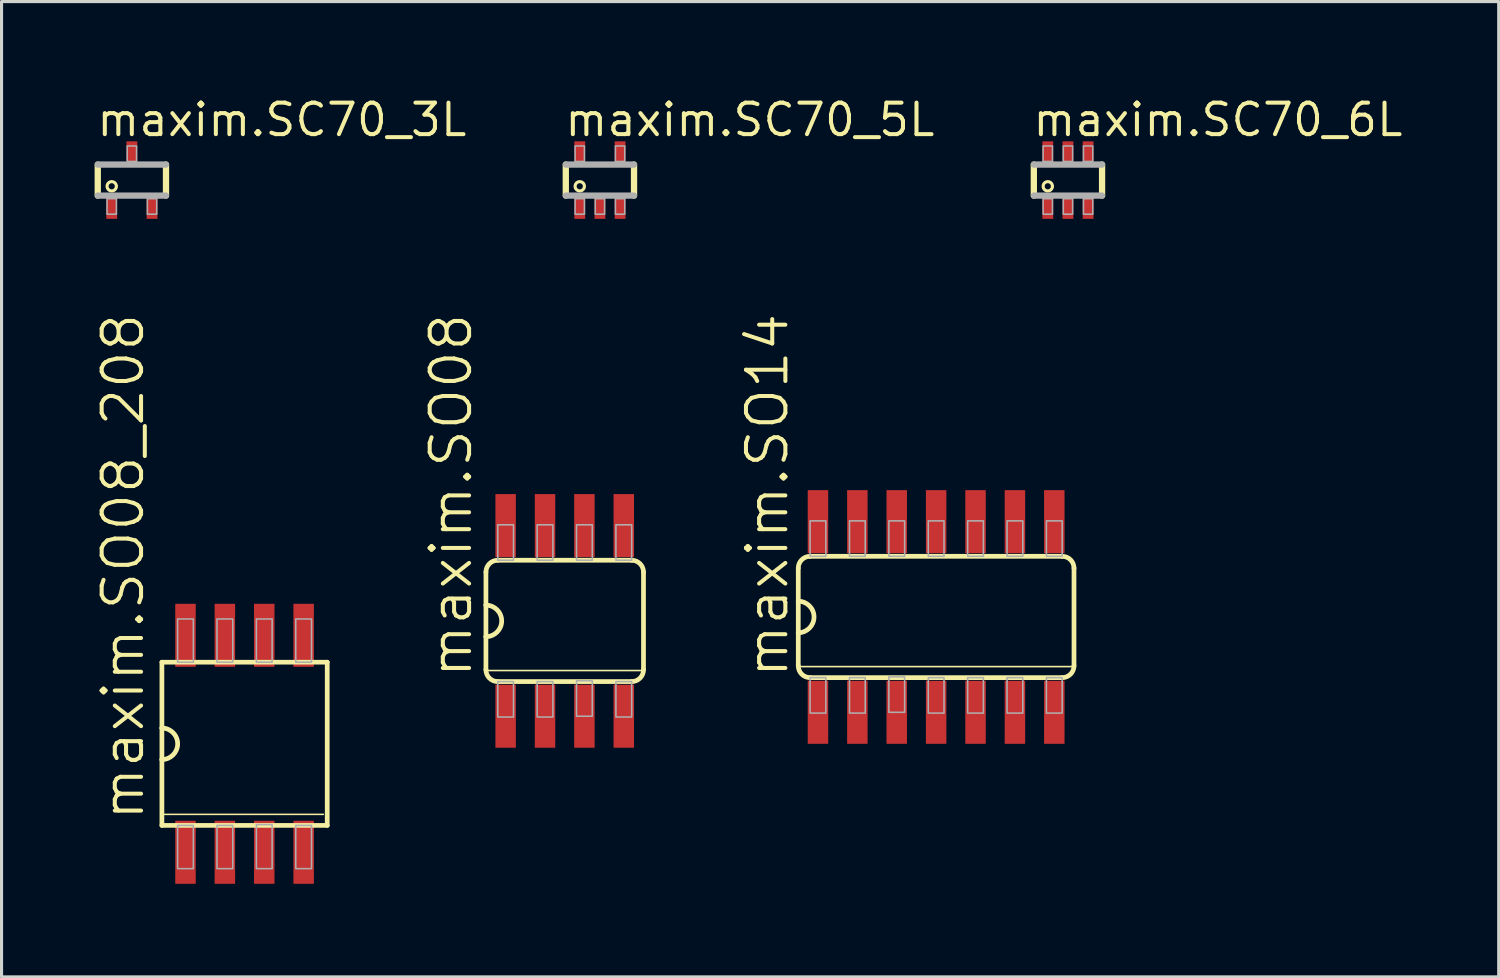
<source format=kicad_pcb>
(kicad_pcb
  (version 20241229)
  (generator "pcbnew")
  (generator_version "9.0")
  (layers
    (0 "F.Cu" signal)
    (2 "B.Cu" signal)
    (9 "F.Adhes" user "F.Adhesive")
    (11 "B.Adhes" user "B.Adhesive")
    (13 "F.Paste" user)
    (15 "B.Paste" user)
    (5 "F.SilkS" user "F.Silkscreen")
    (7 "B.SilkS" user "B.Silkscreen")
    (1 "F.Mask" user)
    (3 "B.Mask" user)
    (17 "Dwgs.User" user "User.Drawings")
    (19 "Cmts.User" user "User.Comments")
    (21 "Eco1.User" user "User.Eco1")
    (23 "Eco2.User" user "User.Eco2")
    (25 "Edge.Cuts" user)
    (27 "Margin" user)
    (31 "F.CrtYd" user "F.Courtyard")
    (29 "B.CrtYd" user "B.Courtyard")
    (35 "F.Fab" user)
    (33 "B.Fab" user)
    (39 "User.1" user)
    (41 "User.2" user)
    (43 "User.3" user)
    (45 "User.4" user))
  (footprint "maxim.SC70_5L"
    (layer "F.Cu")
    (at 16.292 2.756)
    (property "Reference" "maxim.SC70_5L" (at -1.2 -1.35 0) (layer "F.SilkS") (effects (font (size 1.016 1.016) (thickness 0.13)) (justify left bottom)))
    (attr smd)
    (fp_line (start -1.1 0.5) (end -1.1 -0.5) (stroke (width 0.203) (type default)) (layer "F.SilkS"))
    (fp_line (start 1.1 -0.5) (end 1.1 0.5) (stroke (width 0.203) (type default)) (layer "F.SilkS"))
    (fp_circle (center -0.65 0.2) (end -0.5 0.2) (stroke (width 0.1) (type default)) (fill no) (layer "F.SilkS"))
    (fp_line (start -1.1 -0.5) (end 1.1 -0.5) (stroke (width 0.203) (type default)) (layer "F.Fab"))
    (fp_line (start 1.1 0.5) (end -1.1 0.5) (stroke (width 0.203) (type default)) (layer "F.Fab"))
    (fp_rect (start -0.8 -0.6) (end -0.5 -1.1) (stroke (width 0.05) (type default)) (fill no) (layer "F.Fab"))
    (fp_rect (start -0.8 1.1) (end -0.5 0.6) (stroke (width 0.05) (type default)) (fill no) (layer "F.Fab"))
    (fp_rect (start -0.15 1.1) (end 0.15 0.6) (stroke (width 0.05) (type default)) (fill no) (layer "F.Fab"))
    (fp_rect (start 0.5 -0.6) (end 0.8 -1.1) (stroke (width 0.05) (type default)) (fill no) (layer "F.Fab"))
    (fp_rect (start 0.5 1.1) (end 0.8 0.6) (stroke (width 0.05) (type default)) (fill no) (layer "F.Fab"))
    (pad "1" smd roundrect (at -0.65 0.85) (size 0.35 0.8) (layers "F.Cu" "F.Mask" "F.Paste") (roundrect_rratio 0.01))
    (pad "2" smd roundrect (at 0 0.85) (size 0.35 0.8) (layers "F.Cu" "F.Mask" "F.Paste") (roundrect_rratio 0.01))
    (pad "3" smd roundrect (at 0.65 0.85) (size 0.35 0.8) (layers "F.Cu" "F.Mask" "F.Paste") (roundrect_rratio 0.01))
    (pad "4" smd roundrect (at 0.65 -0.85) (size 0.35 0.8) (layers "F.Cu" "F.Mask" "F.Paste") (roundrect_rratio 0.01))
    (pad "5" smd roundrect (at -0.65 -0.85) (size 0.35 0.8) (layers "F.Cu" "F.Mask" "F.Paste") (roundrect_rratio 0.01)))
  (footprint "maxim.SO14"
    (layer "F.Cu")
    (at 27.132 16.842)
    (property "Reference" "maxim.SO14" (at -4.699 2.032 90) (layer "F.SilkS") (effects (font (size 1.27 1.27) (thickness 0.13)) (justify left bottom)))
    (attr smd)
    (fp_line (start -4.445 -1.575) (end -4.445 -0.508) (stroke (width 0.152) (type default)) (layer "F.SilkS"))
    (fp_line (start -4.445 -0.508) (end -4.445 0.508) (stroke (width 0.152) (type default)) (layer "F.SilkS"))
    (fp_line (start -4.445 0.508) (end -4.445 1.575) (stroke (width 0.152) (type default)) (layer "F.SilkS"))
    (fp_line (start -4.445 1.6) (end 4.445 1.6) (stroke (width 0.051) (type default)) (layer "F.SilkS"))
    (fp_line (start -4.064 1.956) (end 4.064 1.956) (stroke (width 0.152) (type default)) (layer "F.SilkS"))
    (fp_line (start 4.064 -1.956) (end -4.064 -1.956) (stroke (width 0.152) (type default)) (layer "F.SilkS"))
    (fp_line (start 4.445 1.575) (end 4.445 -1.575) (stroke (width 0.152) (type default)) (layer "F.SilkS"))
    (fp_arc (start -4.445 -1.5748) (mid -4.333408 -1.844208) (end -4.064 -1.9558) (stroke (width 0.1524) (type default)) (layer "F.SilkS"))
    (fp_arc (start -4.445 -0.508) (mid -3.937 0) (end -4.445 0.508) (stroke (width 0.1524) (type default)) (layer "F.SilkS"))
    (fp_arc (start -4.064 1.9558) (mid -4.333408 1.844208) (end -4.445 1.5748) (stroke (width 0.1524) (type default)) (layer "F.SilkS"))
    (fp_arc (start 4.064 -1.9558) (mid 4.333408 -1.844208) (end 4.445 -1.5748) (stroke (width 0.1524) (type default)) (layer "F.SilkS"))
    (fp_arc (start 4.445 1.5748) (mid 4.333408 1.844208) (end 4.064 1.9558) (stroke (width 0.1524) (type default)) (layer "F.SilkS"))
    (fp_rect (start -4.064 -1.956) (end -3.556 -3.099) (stroke (width 0.05) (type default)) (fill no) (layer "F.Fab"))
    (fp_rect (start -4.064 3.099) (end -3.556 1.956) (stroke (width 0.05) (type default)) (fill no) (layer "F.Fab"))
    (fp_rect (start -2.794 -1.956) (end -2.286 -3.099) (stroke (width 0.05) (type default)) (fill no) (layer "F.Fab"))
    (fp_rect (start -2.794 3.099) (end -2.286 1.956) (stroke (width 0.05) (type default)) (fill no) (layer "F.Fab"))
    (fp_rect (start -1.524 -1.956) (end -1.016 -3.099) (stroke (width 0.05) (type default)) (fill no) (layer "F.Fab"))
    (fp_rect (start -1.524 3.073) (end -1.016 1.93) (stroke (width 0.05) (type default)) (fill no) (layer "F.Fab"))
    (fp_rect (start -0.254 -1.956) (end 0.254 -3.099) (stroke (width 0.05) (type default)) (fill no) (layer "F.Fab"))
    (fp_rect (start -0.254 3.099) (end 0.254 1.956) (stroke (width 0.05) (type default)) (fill no) (layer "F.Fab"))
    (fp_rect (start 1.016 -1.956) (end 1.524 -3.099) (stroke (width 0.05) (type default)) (fill no) (layer "F.Fab"))
    (fp_rect (start 1.016 3.099) (end 1.524 1.956) (stroke (width 0.05) (type default)) (fill no) (layer "F.Fab"))
    (fp_rect (start 2.286 -1.956) (end 2.794 -3.099) (stroke (width 0.05) (type default)) (fill no) (layer "F.Fab"))
    (fp_rect (start 2.286 3.099) (end 2.794 1.956) (stroke (width 0.05) (type default)) (fill no) (layer "F.Fab"))
    (fp_rect (start 3.556 -1.956) (end 4.064 -3.099) (stroke (width 0.05) (type default)) (fill no) (layer "F.Fab"))
    (fp_rect (start 3.556 3.099) (end 4.064 1.956) (stroke (width 0.05) (type default)) (fill no) (layer "F.Fab"))
    (pad "1" smd roundrect (at -3.81 3.073) (size 0.66 2.032) (layers "F.Cu" "F.Mask" "F.Paste") (roundrect_rratio 0.01))
    (pad "2" smd roundrect (at -2.54 3.073) (size 0.66 2.032) (layers "F.Cu" "F.Mask" "F.Paste") (roundrect_rratio 0.01))
    (pad "3" smd roundrect (at -1.27 3.073) (size 0.66 2.032) (layers "F.Cu" "F.Mask" "F.Paste") (roundrect_rratio 0.01))
    (pad "4" smd roundrect (at 0 3.073) (size 0.66 2.032) (layers "F.Cu" "F.Mask" "F.Paste") (roundrect_rratio 0.01))
    (pad "5" smd roundrect (at 1.27 3.073) (size 0.66 2.032) (layers "F.Cu" "F.Mask" "F.Paste") (roundrect_rratio 0.01))
    (pad "6" smd roundrect (at 2.54 3.073) (size 0.66 2.032) (layers "F.Cu" "F.Mask" "F.Paste") (roundrect_rratio 0.01))
    (pad "7" smd roundrect (at 3.81 3.073) (size 0.66 2.032) (layers "F.Cu" "F.Mask" "F.Paste") (roundrect_rratio 0.01))
    (pad "8" smd roundrect (at 3.81 -3.073) (size 0.66 2.032) (layers "F.Cu" "F.Mask" "F.Paste") (roundrect_rratio 0.01))
    (pad "9" smd roundrect (at 2.54 -3.073) (size 0.66 2.032) (layers "F.Cu" "F.Mask" "F.Paste") (roundrect_rratio 0.01))
    (pad "10" smd roundrect (at 1.27 -3.073) (size 0.66 2.032) (layers "F.Cu" "F.Mask" "F.Paste") (roundrect_rratio 0.01))
    (pad "11" smd roundrect (at 0 -3.073) (size 0.66 2.032) (layers "F.Cu" "F.Mask" "F.Paste") (roundrect_rratio 0.01))
    (pad "12" smd roundrect (at -1.27 -3.073) (size 0.66 2.032) (layers "F.Cu" "F.Mask" "F.Paste") (roundrect_rratio 0.01))
    (pad "13" smd roundrect (at -2.54 -3.073) (size 0.66 2.032) (layers "F.Cu" "F.Mask" "F.Paste") (roundrect_rratio 0.01))
    (pad "14" smd roundrect (at -3.81 -3.073) (size 0.66 2.032) (layers "F.Cu" "F.Mask" "F.Paste") (roundrect_rratio 0.01)))
  (footprint "maxim.SC70_6L"
    (layer "F.Cu")
    (at 31.382 2.756)
    (property "Reference" "maxim.SC70_6L" (at -1.2 -1.35 0) (layer "F.SilkS") (effects (font (size 1.016 1.016) (thickness 0.13)) (justify left bottom)))
    (attr smd)
    (fp_line (start -1.1 0.5) (end -1.1 -0.5) (stroke (width 0.203) (type default)) (layer "F.SilkS"))
    (fp_line (start 1.1 -0.5) (end 1.1 0.5) (stroke (width 0.203) (type default)) (layer "F.SilkS"))
    (fp_circle (center -0.65 0.2) (end -0.5 0.2) (stroke (width 0.1) (type default)) (fill no) (layer "F.SilkS"))
    (fp_line (start -1.1 -0.5) (end 1.1 -0.5) (stroke (width 0.203) (type default)) (layer "F.Fab"))
    (fp_line (start 1.1 0.5) (end -1.1 0.5) (stroke (width 0.203) (type default)) (layer "F.Fab"))
    (fp_rect (start -0.8 -0.6) (end -0.5 -1.1) (stroke (width 0.05) (type default)) (fill no) (layer "F.Fab"))
    (fp_rect (start -0.8 1.1) (end -0.5 0.6) (stroke (width 0.05) (type default)) (fill no) (layer "F.Fab"))
    (fp_rect (start -0.15 -0.6) (end 0.15 -1.1) (stroke (width 0.05) (type default)) (fill no) (layer "F.Fab"))
    (fp_rect (start -0.15 1.1) (end 0.15 0.6) (stroke (width 0.05) (type default)) (fill no) (layer "F.Fab"))
    (fp_rect (start 0.5 -0.6) (end 0.8 -1.1) (stroke (width 0.05) (type default)) (fill no) (layer "F.Fab"))
    (fp_rect (start 0.5 1.1) (end 0.8 0.6) (stroke (width 0.05) (type default)) (fill no) (layer "F.Fab"))
    (pad "1" smd roundrect (at -0.65 0.85) (size 0.35 0.8) (layers "F.Cu" "F.Mask" "F.Paste") (roundrect_rratio 0.01))
    (pad "2" smd roundrect (at 0 0.85) (size 0.35 0.8) (layers "F.Cu" "F.Mask" "F.Paste") (roundrect_rratio 0.01))
    (pad "3" smd roundrect (at 0.65 0.85) (size 0.35 0.8) (layers "F.Cu" "F.Mask" "F.Paste") (roundrect_rratio 0.01))
    (pad "4" smd roundrect (at 0.65 -0.85) (size 0.35 0.8) (layers "F.Cu" "F.Mask" "F.Paste") (roundrect_rratio 0.01))
    (pad "5" smd roundrect (at 0 -0.85) (size 0.35 0.8) (layers "F.Cu" "F.Mask" "F.Paste") (roundrect_rratio 0.01))
    (pad "6" smd roundrect (at -0.65 -0.85) (size 0.35 0.8) (layers "F.Cu" "F.Mask" "F.Paste") (roundrect_rratio 0.01)))
  (footprint "maxim.SC70_3L"
    (layer "F.Cu")
    (at 1.202 2.756)
    (property "Reference" "maxim.SC70_3L" (at -1.2 -1.35 0) (layer "F.SilkS") (effects (font (size 1.016 1.016) (thickness 0.13)) (justify left bottom)))
    (attr smd)
    (fp_line (start -1.1 0.5) (end -1.1 -0.5) (stroke (width 0.203) (type default)) (layer "F.SilkS"))
    (fp_line (start 1.1 -0.5) (end 1.1 0.5) (stroke (width 0.203) (type default)) (layer "F.SilkS"))
    (fp_circle (center -0.65 0.2) (end -0.5 0.2) (stroke (width 0.1) (type default)) (fill no) (layer "F.SilkS"))
    (fp_line (start -1.1 -0.5) (end 1.1 -0.5) (stroke (width 0.203) (type default)) (layer "F.Fab"))
    (fp_line (start 1.1 0.5) (end -1.1 0.5) (stroke (width 0.203) (type default)) (layer "F.Fab"))
    (fp_rect (start -0.8 1.1) (end -0.5 0.6) (stroke (width 0.05) (type default)) (fill no) (layer "F.Fab"))
    (fp_rect (start -0.15 -0.6) (end 0.15 -1.1) (stroke (width 0.05) (type default)) (fill no) (layer "F.Fab"))
    (fp_rect (start 0.5 1.1) (end 0.8 0.6) (stroke (width 0.05) (type default)) (fill no) (layer "F.Fab"))
    (pad "1" smd roundrect (at -0.65 0.85) (size 0.35 0.8) (layers "F.Cu" "F.Mask" "F.Paste") (roundrect_rratio 0.01))
    (pad "2" smd roundrect (at 0.65 0.85) (size 0.35 0.8) (layers "F.Cu" "F.Mask" "F.Paste") (roundrect_rratio 0.01))
    (pad "3" smd roundrect (at 0 -0.85) (size 0.35 0.8) (layers "F.Cu" "F.Mask" "F.Paste") (roundrect_rratio 0.01)))
  (footprint "maxim.SO08_208"
    (layer "F.Cu")
    (at 4.835 20.931)
    (property "Reference" "maxim.SO08_208" (at -3.175 2.54 90) (layer "F.SilkS") (effects (font (size 1.27 1.27) (thickness 0.13)) (justify left bottom)))
    (attr smd)
    (fp_line (start -2.665 -2.631) (end -2.665 -0.508) (stroke (width 0.152) (type default)) (layer "F.SilkS"))
    (fp_line (start -2.665 -0.508) (end -2.665 0.508) (stroke (width 0.152) (type default)) (layer "F.SilkS"))
    (fp_line (start -2.665 0.508) (end -2.665 2.631) (stroke (width 0.152) (type default)) (layer "F.SilkS"))
    (fp_line (start -2.665 2.275) (end 2.54 2.275) (stroke (width 0.051) (type default)) (layer "F.SilkS"))
    (fp_line (start -2.665 2.631) (end 2.665 2.631) (stroke (width 0.152) (type default)) (layer "F.SilkS"))
    (fp_line (start 2.665 -2.631) (end -2.665 -2.631) (stroke (width 0.152) (type default)) (layer "F.SilkS"))
    (fp_line (start 2.665 2.631) (end 2.665 -2.631) (stroke (width 0.152) (type default)) (layer "F.SilkS"))
    (fp_arc (start -2.665 -0.508) (mid -2.157 0) (end -2.665 0.508) (stroke (width 0.1524) (type default)) (layer "F.SilkS"))
    (fp_rect (start -2.159 -2.631) (end -1.651 -4.025) (stroke (width 0.05) (type default)) (fill no) (layer "F.Fab"))
    (fp_rect (start -2.159 4.025) (end -1.651 2.631) (stroke (width 0.05) (type default)) (fill no) (layer "F.Fab"))
    (fp_rect (start -0.889 -2.631) (end -0.381 -4.025) (stroke (width 0.05) (type default)) (fill no) (layer "F.Fab"))
    (fp_rect (start -0.889 4.025) (end -0.381 2.631) (stroke (width 0.05) (type default)) (fill no) (layer "F.Fab"))
    (fp_rect (start 0.381 -2.631) (end 0.889 -4.025) (stroke (width 0.05) (type default)) (fill no) (layer "F.Fab"))
    (fp_rect (start 0.381 4.025) (end 0.889 2.605) (stroke (width 0.05) (type default)) (fill no) (layer "F.Fab"))
    (fp_rect (start 1.651 -2.631) (end 2.159 -4.025) (stroke (width 0.05) (type default)) (fill no) (layer "F.Fab"))
    (fp_rect (start 1.651 4.025) (end 2.159 2.631) (stroke (width 0.05) (type default)) (fill no) (layer "F.Fab"))
    (pad "1" smd roundrect (at -1.905 3.498) (size 0.66 2.032) (layers "F.Cu" "F.Mask" "F.Paste") (roundrect_rratio 0.01))
    (pad "2" smd roundrect (at -0.635 3.498) (size 0.66 2.032) (layers "F.Cu" "F.Mask" "F.Paste") (roundrect_rratio 0.01))
    (pad "3" smd roundrect (at 0.635 3.498) (size 0.66 2.032) (layers "F.Cu" "F.Mask" "F.Paste") (roundrect_rratio 0.01))
    (pad "4" smd roundrect (at 1.905 3.498) (size 0.66 2.032) (layers "F.Cu" "F.Mask" "F.Paste") (roundrect_rratio 0.01))
    (pad "5" smd roundrect (at 1.905 -3.498) (size 0.66 2.032) (layers "F.Cu" "F.Mask" "F.Paste") (roundrect_rratio 0.01))
    (pad "6" smd roundrect (at 0.635 -3.498) (size 0.66 2.032) (layers "F.Cu" "F.Mask" "F.Paste") (roundrect_rratio 0.01))
    (pad "7" smd roundrect (at -0.635 -3.498) (size 0.66 2.032) (layers "F.Cu" "F.Mask" "F.Paste") (roundrect_rratio 0.01))
    (pad "8" smd roundrect (at -1.905 -3.498) (size 0.66 2.032) (layers "F.Cu" "F.Mask" "F.Paste") (roundrect_rratio 0.01)))
  (footprint "maxim.SO08"
    (layer "F.Cu")
    (at 15.157 16.969)
    (property "Reference" "maxim.SO08" (at -2.921 1.905 90) (layer "F.SilkS") (effects (font (size 1.27 1.27) (thickness 0.13)) (justify left bottom)))
    (attr smd)
    (fp_line (start -2.54 -1.575) (end -2.54 -0.508) (stroke (width 0.152) (type default)) (layer "F.SilkS"))
    (fp_line (start -2.54 -0.508) (end -2.54 0.508) (stroke (width 0.152) (type default)) (layer "F.SilkS"))
    (fp_line (start -2.54 0.508) (end -2.54 1.575) (stroke (width 0.152) (type default)) (layer "F.SilkS"))
    (fp_line (start -2.54 1.6) (end 2.54 1.6) (stroke (width 0.051) (type default)) (layer "F.SilkS"))
    (fp_line (start -2.159 1.956) (end 2.159 1.956) (stroke (width 0.152) (type default)) (layer "F.SilkS"))
    (fp_line (start 2.159 -1.956) (end -2.159 -1.956) (stroke (width 0.152) (type default)) (layer "F.SilkS"))
    (fp_line (start 2.54 1.575) (end 2.54 -1.575) (stroke (width 0.152) (type default)) (layer "F.SilkS"))
    (fp_arc (start -2.54 -1.5748) (mid -2.428408 -1.844208) (end -2.159 -1.9558) (stroke (width 0.1524) (type default)) (layer "F.SilkS"))
    (fp_arc (start -2.54 -0.508) (mid -2.032 0) (end -2.54 0.508) (stroke (width 0.1524) (type default)) (layer "F.SilkS"))
    (fp_arc (start -2.159 1.9558) (mid -2.428408 1.844208) (end -2.54 1.5748) (stroke (width 0.1524) (type default)) (layer "F.SilkS"))
    (fp_arc (start 2.159 -1.9558) (mid 2.428408 -1.844208) (end 2.54 -1.5748) (stroke (width 0.1524) (type default)) (layer "F.SilkS"))
    (fp_arc (start 2.54 1.5748) (mid 2.428408 1.844208) (end 2.159 1.9558) (stroke (width 0.1524) (type default)) (layer "F.SilkS"))
    (fp_rect (start -2.159 -1.956) (end -1.651 -3.099) (stroke (width 0.05) (type default)) (fill no) (layer "F.Fab"))
    (fp_rect (start -2.159 3.099) (end -1.651 1.956) (stroke (width 0.05) (type default)) (fill no) (layer "F.Fab"))
    (fp_rect (start -0.889 -1.956) (end -0.381 -3.099) (stroke (width 0.05) (type default)) (fill no) (layer "F.Fab"))
    (fp_rect (start -0.889 3.099) (end -0.381 1.956) (stroke (width 0.05) (type default)) (fill no) (layer "F.Fab"))
    (fp_rect (start 0.381 -1.956) (end 0.889 -3.099) (stroke (width 0.05) (type default)) (fill no) (layer "F.Fab"))
    (fp_rect (start 0.381 3.073) (end 0.889 1.93) (stroke (width 0.05) (type default)) (fill no) (layer "F.Fab"))
    (fp_rect (start 1.651 -1.956) (end 2.159 -3.099) (stroke (width 0.05) (type default)) (fill no) (layer "F.Fab"))
    (fp_rect (start 1.651 3.099) (end 2.159 1.956) (stroke (width 0.05) (type default)) (fill no) (layer "F.Fab"))
    (pad "1" smd roundrect (at -1.905 3.073) (size 0.66 2.032) (layers "F.Cu" "F.Mask" "F.Paste") (roundrect_rratio 0.01))
    (pad "2" smd roundrect (at -0.635 3.073) (size 0.66 2.032) (layers "F.Cu" "F.Mask" "F.Paste") (roundrect_rratio 0.01))
    (pad "3" smd roundrect (at 0.635 3.073) (size 0.66 2.032) (layers "F.Cu" "F.Mask" "F.Paste") (roundrect_rratio 0.01))
    (pad "4" smd roundrect (at 1.905 3.073) (size 0.66 2.032) (layers "F.Cu" "F.Mask" "F.Paste") (roundrect_rratio 0.01))
    (pad "5" smd roundrect (at 1.905 -3.073) (size 0.66 2.032) (layers "F.Cu" "F.Mask" "F.Paste") (roundrect_rratio 0.01))
    (pad "6" smd roundrect (at 0.635 -3.073) (size 0.66 2.032) (layers "F.Cu" "F.Mask" "F.Paste") (roundrect_rratio 0.01))
    (pad "7" smd roundrect (at -0.635 -3.073) (size 0.66 2.032) (layers "F.Cu" "F.Mask" "F.Paste") (roundrect_rratio 0.01))
    (pad "8" smd roundrect (at -1.905 -3.073) (size 0.66 2.032) (layers "F.Cu" "F.Mask" "F.Paste") (roundrect_rratio 0.01)))
  (gr_rect
    (start -3 -3)
    (end 45.27 28.445)
    (stroke (width 0.1) (type default))
    (fill no)
    (layer "Edge.Cuts")))
</source>
